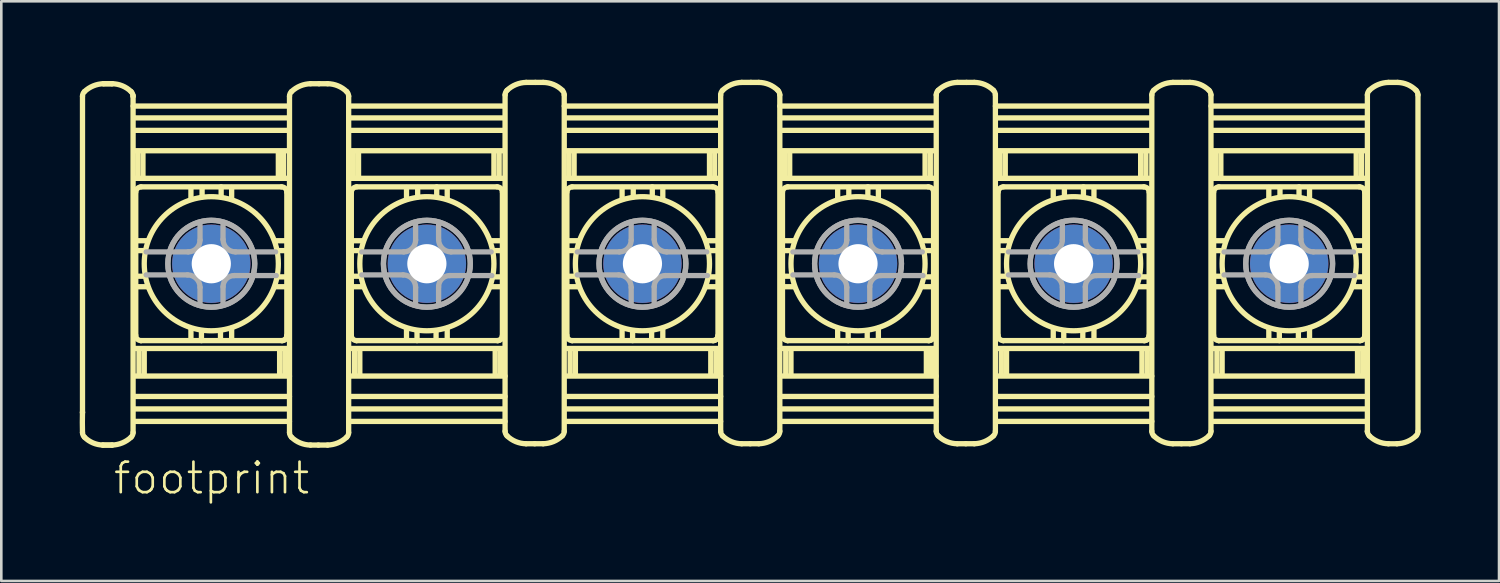
<source format=kicad_pcb>
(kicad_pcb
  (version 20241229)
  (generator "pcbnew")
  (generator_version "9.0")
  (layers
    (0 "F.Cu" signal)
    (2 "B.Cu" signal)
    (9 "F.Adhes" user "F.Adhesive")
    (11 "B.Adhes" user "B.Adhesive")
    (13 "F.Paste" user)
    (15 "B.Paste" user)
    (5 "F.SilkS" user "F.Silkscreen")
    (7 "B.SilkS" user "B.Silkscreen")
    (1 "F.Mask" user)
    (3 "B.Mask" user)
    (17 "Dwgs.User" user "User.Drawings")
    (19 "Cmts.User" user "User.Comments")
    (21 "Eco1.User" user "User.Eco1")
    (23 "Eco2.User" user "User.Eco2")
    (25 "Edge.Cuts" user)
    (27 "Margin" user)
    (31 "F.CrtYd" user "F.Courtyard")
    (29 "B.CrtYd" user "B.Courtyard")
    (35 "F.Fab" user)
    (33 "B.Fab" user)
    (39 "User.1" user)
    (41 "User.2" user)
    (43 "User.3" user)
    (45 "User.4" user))
  (footprint "footprint"
    (layer "F.Cu")
    (at 25.661 7.043)
    (property "Reference" "footprint" (at -24.435 8.89 0) (layer "F.SilkS") (effects (font (size 1.168 1.168) (thickness 0.102)) (justify left bottom)))
    (fp_line (start -25.554 -6.411) (end -25.554 5.682) (stroke (width 0.203) (type solid)) (layer "F.SilkS"))
    (fp_line (start -25.554 5.682) (end -25.554 5.707) (stroke (width 0.203) (type solid)) (layer "F.SilkS"))
    (fp_line (start -23.618 -6.411) (end -23.618 -6.436) (stroke (width 0.203) (type solid)) (layer "F.SilkS"))
    (fp_line (start -23.618 6.461) (end -23.618 -6.411) (stroke (width 0.203) (type solid)) (layer "F.SilkS"))
    (fp_line (start -23.592 3.243) (end -17.683 3.243) (stroke (width 0.203) (type solid)) (layer "F.SilkS"))
    (fp_line (start -23.592 4.299) (end -17.633 4.299) (stroke (width 0.203) (type solid)) (layer "F.SilkS"))
    (fp_line (start -23.592 5.079) (end -17.633 5.079) (stroke (width 0.203) (type solid)) (layer "F.SilkS"))
    (fp_line (start -23.592 5.556) (end -17.658 5.556) (stroke (width 0.203) (type solid)) (layer "F.SilkS"))
    (fp_line (start -23.592 6.034) (end -17.633 6.034) (stroke (width 0.203) (type solid)) (layer "F.SilkS"))
    (fp_line (start -23.567 0.88) (end -23.064 0.88) (stroke (width 0.203) (type solid)) (layer "F.SilkS"))
    (fp_line (start -23.516 -2.741) (end -23.516 2.74) (stroke (width 0.203) (type solid)) (layer "F.SilkS"))
    (fp_line (start -23.491 -0.88) (end -23.064 -0.88) (stroke (width 0.203) (type solid)) (layer "F.SilkS"))
    (fp_line (start -23.491 -0.503) (end -23.164 -0.503) (stroke (width 0.203) (type solid)) (layer "F.SilkS"))
    (fp_line (start -23.491 0.478) (end -23.164 0.478) (stroke (width 0.203) (type solid)) (layer "F.SilkS"))
    (fp_line (start -23.439 -3.319) (end -23.439 -4.299) (stroke (width 0.203) (type solid)) (layer "F.SilkS"))
    (fp_line (start -23.391 3.268) (end -23.391 4.274) (stroke (width 0.203) (type solid)) (layer "F.SilkS"))
    (fp_line (start -23.315 2.942) (end -23.315 2.942) (stroke (width 0.203) (type solid)) (layer "F.SilkS"))
    (fp_line (start -23.315 2.942) (end -17.91 2.942) (stroke (width 0.203) (type solid)) (layer "F.SilkS"))
    (fp_line (start -23.24 -3.294) (end -23.24 -4.274) (stroke (width 0.203) (type solid)) (layer "F.SilkS"))
    (fp_line (start -23.191 3.293) (end -23.191 4.274) (stroke (width 0.203) (type solid)) (layer "F.SilkS"))
    (fp_line (start -21.404 -2.464) (end -21.404 -2.917) (stroke (width 0.203) (type solid)) (layer "F.SilkS"))
    (fp_line (start -21.404 2.917) (end -21.404 2.489) (stroke (width 0.203) (type solid)) (layer "F.SilkS"))
    (fp_line (start -21.002 2.942) (end -21.002 2.564) (stroke (width 0.203) (type solid)) (layer "F.SilkS"))
    (fp_line (start -20.977 -2.564) (end -20.977 -2.917) (stroke (width 0.203) (type solid)) (layer "F.SilkS"))
    (fp_line (start -20.273 2.564) (end -20.273 2.917) (stroke (width 0.203) (type solid)) (layer "F.SilkS"))
    (fp_line (start -20.248 -2.942) (end -20.248 -2.564) (stroke (width 0.203) (type solid)) (layer "F.SilkS"))
    (fp_line (start -19.846 -2.917) (end -19.846 -2.489) (stroke (width 0.203) (type solid)) (layer "F.SilkS"))
    (fp_line (start -19.846 2.464) (end -19.846 2.917) (stroke (width 0.203) (type solid)) (layer "F.SilkS"))
    (fp_line (start -18.059 -3.319) (end -18.059 -4.274) (stroke (width 0.203) (type solid)) (layer "F.SilkS"))
    (fp_line (start -18.01 3.294) (end -18.01 4.274) (stroke (width 0.203) (type solid)) (layer "F.SilkS"))
    (fp_line (start -17.936 -2.942) (end -23.317 -2.942) (stroke (width 0.203) (type solid)) (layer "F.SilkS"))
    (fp_line (start -17.859 -3.294) (end -17.859 -4.249) (stroke (width 0.203) (type solid)) (layer "F.SilkS"))
    (fp_line (start -17.811 3.293) (end -17.811 4.274) (stroke (width 0.203) (type solid)) (layer "F.SilkS"))
    (fp_line (start -17.759 -0.88) (end -18.186 -0.88) (stroke (width 0.203) (type solid)) (layer "F.SilkS"))
    (fp_line (start -17.759 -0.503) (end -18.061 -0.503) (stroke (width 0.203) (type solid)) (layer "F.SilkS"))
    (fp_line (start -17.759 0.503) (end -18.086 0.503) (stroke (width 0.203) (type solid)) (layer "F.SilkS"))
    (fp_line (start -17.759 0.88) (end -18.186 0.88) (stroke (width 0.203) (type solid)) (layer "F.SilkS"))
    (fp_line (start -17.734 2.766) (end -17.734 -2.74) (stroke (width 0.203) (type solid)) (layer "F.SilkS"))
    (fp_line (start -17.682 -5.581) (end -23.59 -5.581) (stroke (width 0.203) (type solid)) (layer "F.SilkS"))
    (fp_line (start -17.682 -5.104) (end -23.59 -5.104) (stroke (width 0.203) (type solid)) (layer "F.SilkS"))
    (fp_line (start -17.682 -4.324) (end -23.59 -4.324) (stroke (width 0.203) (type solid)) (layer "F.SilkS"))
    (fp_line (start -17.682 -3.268) (end -23.54 -3.268) (stroke (width 0.203) (type solid)) (layer "F.SilkS"))
    (fp_line (start -17.658 -6.034) (end -23.617 -6.034) (stroke (width 0.203) (type solid)) (layer "F.SilkS"))
    (fp_line (start -17.632 -6.411) (end -17.632 6.462) (stroke (width 0.203) (type solid)) (layer "F.SilkS"))
    (fp_line (start -15.368 6.461) (end -15.368 -6.411) (stroke (width 0.203) (type solid)) (layer "F.SilkS"))
    (fp_line (start -15.342 3.243) (end -9.433 3.243) (stroke (width 0.203) (type solid)) (layer "F.SilkS"))
    (fp_line (start -15.342 4.299) (end -9.383 4.299) (stroke (width 0.203) (type solid)) (layer "F.SilkS"))
    (fp_line (start -15.342 5.079) (end -9.383 5.079) (stroke (width 0.203) (type solid)) (layer "F.SilkS"))
    (fp_line (start -15.342 5.556) (end -9.408 5.556) (stroke (width 0.203) (type solid)) (layer "F.SilkS"))
    (fp_line (start -15.342 6.034) (end -9.383 6.034) (stroke (width 0.203) (type solid)) (layer "F.SilkS"))
    (fp_line (start -15.317 0.88) (end -14.814 0.88) (stroke (width 0.203) (type solid)) (layer "F.SilkS"))
    (fp_line (start -15.266 -2.741) (end -15.266 2.74) (stroke (width 0.203) (type solid)) (layer "F.SilkS"))
    (fp_line (start -15.241 -0.88) (end -14.814 -0.88) (stroke (width 0.203) (type solid)) (layer "F.SilkS"))
    (fp_line (start -15.241 -0.503) (end -14.914 -0.503) (stroke (width 0.203) (type solid)) (layer "F.SilkS"))
    (fp_line (start -15.241 0.478) (end -14.914 0.478) (stroke (width 0.203) (type solid)) (layer "F.SilkS"))
    (fp_line (start -15.19 -3.319) (end -15.19 -4.299) (stroke (width 0.203) (type solid)) (layer "F.SilkS"))
    (fp_line (start -15.141 3.268) (end -15.141 4.274) (stroke (width 0.203) (type solid)) (layer "F.SilkS"))
    (fp_line (start -15.065 2.942) (end -15.065 2.942) (stroke (width 0.203) (type solid)) (layer "F.SilkS"))
    (fp_line (start -15.065 2.942) (end -9.66 2.942) (stroke (width 0.203) (type solid)) (layer "F.SilkS"))
    (fp_line (start -14.99 -3.294) (end -14.99 -4.274) (stroke (width 0.203) (type solid)) (layer "F.SilkS"))
    (fp_line (start -14.941 3.293) (end -14.941 4.274) (stroke (width 0.203) (type solid)) (layer "F.SilkS"))
    (fp_line (start -13.154 -2.464) (end -13.154 -2.917) (stroke (width 0.203) (type solid)) (layer "F.SilkS"))
    (fp_line (start -13.154 2.917) (end -13.154 2.489) (stroke (width 0.203) (type solid)) (layer "F.SilkS"))
    (fp_line (start -12.752 2.942) (end -12.752 2.564) (stroke (width 0.203) (type solid)) (layer "F.SilkS"))
    (fp_line (start -12.727 -2.564) (end -12.727 -2.917) (stroke (width 0.203) (type solid)) (layer "F.SilkS"))
    (fp_line (start -12.023 2.564) (end -12.023 2.917) (stroke (width 0.203) (type solid)) (layer "F.SilkS"))
    (fp_line (start -11.998 -2.942) (end -11.998 -2.564) (stroke (width 0.203) (type solid)) (layer "F.SilkS"))
    (fp_line (start -11.596 -2.917) (end -11.596 -2.489) (stroke (width 0.203) (type solid)) (layer "F.SilkS"))
    (fp_line (start -11.596 2.464) (end -11.596 2.917) (stroke (width 0.203) (type solid)) (layer "F.SilkS"))
    (fp_line (start -9.809 -3.319) (end -9.809 -4.274) (stroke (width 0.203) (type solid)) (layer "F.SilkS"))
    (fp_line (start -9.76 3.294) (end -9.76 4.274) (stroke (width 0.203) (type solid)) (layer "F.SilkS"))
    (fp_line (start -9.686 -2.942) (end -15.067 -2.942) (stroke (width 0.203) (type solid)) (layer "F.SilkS"))
    (fp_line (start -9.609 -3.294) (end -9.609 -4.249) (stroke (width 0.203) (type solid)) (layer "F.SilkS"))
    (fp_line (start -9.56 3.293) (end -9.56 4.274) (stroke (width 0.203) (type solid)) (layer "F.SilkS"))
    (fp_line (start -9.509 -0.88) (end -9.936 -0.88) (stroke (width 0.203) (type solid)) (layer "F.SilkS"))
    (fp_line (start -9.509 -0.503) (end -9.81 -0.503) (stroke (width 0.203) (type solid)) (layer "F.SilkS"))
    (fp_line (start -9.509 0.503) (end -9.836 0.503) (stroke (width 0.203) (type solid)) (layer "F.SilkS"))
    (fp_line (start -9.509 0.88) (end -9.936 0.88) (stroke (width 0.203) (type solid)) (layer "F.SilkS"))
    (fp_line (start -9.484 2.766) (end -9.484 -2.74) (stroke (width 0.203) (type solid)) (layer "F.SilkS"))
    (fp_line (start -9.432 -5.581) (end -15.34 -5.581) (stroke (width 0.203) (type solid)) (layer "F.SilkS"))
    (fp_line (start -9.432 -5.104) (end -15.34 -5.104) (stroke (width 0.203) (type solid)) (layer "F.SilkS"))
    (fp_line (start -9.432 -4.324) (end -15.34 -4.324) (stroke (width 0.203) (type solid)) (layer "F.SilkS"))
    (fp_line (start -9.432 -3.268) (end -15.29 -3.268) (stroke (width 0.203) (type solid)) (layer "F.SilkS"))
    (fp_line (start -9.408 -6.034) (end -15.367 -6.034) (stroke (width 0.203) (type solid)) (layer "F.SilkS"))
    (fp_line (start -9.382 -6.461) (end -9.382 6.411) (stroke (width 0.203) (type solid)) (layer "F.SilkS"))
    (fp_line (start -7.118 6.411) (end -7.118 -6.462) (stroke (width 0.203) (type solid)) (layer "F.SilkS"))
    (fp_line (start -7.092 3.243) (end -1.183 3.243) (stroke (width 0.203) (type solid)) (layer "F.SilkS"))
    (fp_line (start -7.092 4.299) (end -1.133 4.299) (stroke (width 0.203) (type solid)) (layer "F.SilkS"))
    (fp_line (start -7.092 5.079) (end -1.133 5.079) (stroke (width 0.203) (type solid)) (layer "F.SilkS"))
    (fp_line (start -7.092 5.556) (end -1.158 5.556) (stroke (width 0.203) (type solid)) (layer "F.SilkS"))
    (fp_line (start -7.092 6.034) (end -1.133 6.034) (stroke (width 0.203) (type solid)) (layer "F.SilkS"))
    (fp_line (start -7.067 0.88) (end -6.564 0.88) (stroke (width 0.203) (type solid)) (layer "F.SilkS"))
    (fp_line (start -7.016 -2.741) (end -7.016 2.74) (stroke (width 0.203) (type solid)) (layer "F.SilkS"))
    (fp_line (start -6.991 -0.88) (end -6.564 -0.88) (stroke (width 0.203) (type solid)) (layer "F.SilkS"))
    (fp_line (start -6.991 -0.503) (end -6.664 -0.503) (stroke (width 0.203) (type solid)) (layer "F.SilkS"))
    (fp_line (start -6.991 0.478) (end -6.664 0.478) (stroke (width 0.203) (type solid)) (layer "F.SilkS"))
    (fp_line (start -6.939 -3.319) (end -6.939 -4.299) (stroke (width 0.203) (type solid)) (layer "F.SilkS"))
    (fp_line (start -6.891 3.268) (end -6.891 4.274) (stroke (width 0.203) (type solid)) (layer "F.SilkS"))
    (fp_line (start -6.815 2.942) (end -6.815 2.942) (stroke (width 0.203) (type solid)) (layer "F.SilkS"))
    (fp_line (start -6.815 2.942) (end -1.41 2.942) (stroke (width 0.203) (type solid)) (layer "F.SilkS"))
    (fp_line (start -6.74 -3.294) (end -6.74 -4.274) (stroke (width 0.203) (type solid)) (layer "F.SilkS"))
    (fp_line (start -6.691 3.293) (end -6.691 4.274) (stroke (width 0.203) (type solid)) (layer "F.SilkS"))
    (fp_line (start -4.904 -2.464) (end -4.904 -2.917) (stroke (width 0.203) (type solid)) (layer "F.SilkS"))
    (fp_line (start -4.904 2.917) (end -4.904 2.489) (stroke (width 0.203) (type solid)) (layer "F.SilkS"))
    (fp_line (start -4.502 2.942) (end -4.502 2.564) (stroke (width 0.203) (type solid)) (layer "F.SilkS"))
    (fp_line (start -4.477 -2.564) (end -4.477 -2.917) (stroke (width 0.203) (type solid)) (layer "F.SilkS"))
    (fp_line (start -3.773 2.564) (end -3.773 2.917) (stroke (width 0.203) (type solid)) (layer "F.SilkS"))
    (fp_line (start -3.748 -2.942) (end -3.748 -2.564) (stroke (width 0.203) (type solid)) (layer "F.SilkS"))
    (fp_line (start -3.346 -2.917) (end -3.346 -2.489) (stroke (width 0.203) (type solid)) (layer "F.SilkS"))
    (fp_line (start -3.346 2.464) (end -3.346 2.917) (stroke (width 0.203) (type solid)) (layer "F.SilkS"))
    (fp_line (start -1.559 -3.319) (end -1.559 -4.274) (stroke (width 0.203) (type solid)) (layer "F.SilkS"))
    (fp_line (start -1.51 3.294) (end -1.51 4.274) (stroke (width 0.203) (type solid)) (layer "F.SilkS"))
    (fp_line (start -1.436 -2.942) (end -6.817 -2.942) (stroke (width 0.203) (type solid)) (layer "F.SilkS"))
    (fp_line (start -1.359 -3.294) (end -1.359 -4.249) (stroke (width 0.203) (type solid)) (layer "F.SilkS"))
    (fp_line (start -1.31 3.293) (end -1.31 4.274) (stroke (width 0.203) (type solid)) (layer "F.SilkS"))
    (fp_line (start -1.259 -0.88) (end -1.686 -0.88) (stroke (width 0.203) (type solid)) (layer "F.SilkS"))
    (fp_line (start -1.259 -0.503) (end -1.56 -0.503) (stroke (width 0.203) (type solid)) (layer "F.SilkS"))
    (fp_line (start -1.259 0.503) (end -1.586 0.503) (stroke (width 0.203) (type solid)) (layer "F.SilkS"))
    (fp_line (start -1.259 0.88) (end -1.686 0.88) (stroke (width 0.203) (type solid)) (layer "F.SilkS"))
    (fp_line (start -1.234 2.766) (end -1.234 -2.74) (stroke (width 0.203) (type solid)) (layer "F.SilkS"))
    (fp_line (start -1.182 -5.581) (end -7.09 -5.581) (stroke (width 0.203) (type solid)) (layer "F.SilkS"))
    (fp_line (start -1.182 -5.104) (end -7.09 -5.104) (stroke (width 0.203) (type solid)) (layer "F.SilkS"))
    (fp_line (start -1.182 -4.324) (end -7.09 -4.324) (stroke (width 0.203) (type solid)) (layer "F.SilkS"))
    (fp_line (start -1.182 -3.268) (end -7.04 -3.268) (stroke (width 0.203) (type solid)) (layer "F.SilkS"))
    (fp_line (start -1.158 -6.034) (end -7.117 -6.034) (stroke (width 0.203) (type solid)) (layer "F.SilkS"))
    (fp_line (start -1.132 -6.461) (end -1.132 6.411) (stroke (width 0.203) (type solid)) (layer "F.SilkS"))
    (fp_line (start 1.132 6.411) (end 1.132 -6.462) (stroke (width 0.203) (type solid)) (layer "F.SilkS"))
    (fp_line (start 1.158 3.243) (end 7.067 3.243) (stroke (width 0.203) (type solid)) (layer "F.SilkS"))
    (fp_line (start 1.158 4.299) (end 7.117 4.299) (stroke (width 0.203) (type solid)) (layer "F.SilkS"))
    (fp_line (start 1.158 5.079) (end 7.117 5.079) (stroke (width 0.203) (type solid)) (layer "F.SilkS"))
    (fp_line (start 1.158 5.556) (end 7.092 5.556) (stroke (width 0.203) (type solid)) (layer "F.SilkS"))
    (fp_line (start 1.158 6.034) (end 7.117 6.034) (stroke (width 0.203) (type solid)) (layer "F.SilkS"))
    (fp_line (start 1.183 0.88) (end 1.686 0.88) (stroke (width 0.203) (type solid)) (layer "F.SilkS"))
    (fp_line (start 1.234 -2.741) (end 1.234 2.74) (stroke (width 0.203) (type solid)) (layer "F.SilkS"))
    (fp_line (start 1.259 -0.88) (end 1.686 -0.88) (stroke (width 0.203) (type solid)) (layer "F.SilkS"))
    (fp_line (start 1.259 -0.503) (end 1.586 -0.503) (stroke (width 0.203) (type solid)) (layer "F.SilkS"))
    (fp_line (start 1.259 0.478) (end 1.586 0.478) (stroke (width 0.203) (type solid)) (layer "F.SilkS"))
    (fp_line (start 1.31 -3.319) (end 1.31 -4.299) (stroke (width 0.203) (type solid)) (layer "F.SilkS"))
    (fp_line (start 1.359 3.268) (end 1.359 4.274) (stroke (width 0.203) (type solid)) (layer "F.SilkS"))
    (fp_line (start 1.435 2.942) (end 1.435 2.942) (stroke (width 0.203) (type solid)) (layer "F.SilkS"))
    (fp_line (start 1.435 2.942) (end 6.84 2.942) (stroke (width 0.203) (type solid)) (layer "F.SilkS"))
    (fp_line (start 1.51 -3.294) (end 1.51 -4.274) (stroke (width 0.203) (type solid)) (layer "F.SilkS"))
    (fp_line (start 1.559 3.293) (end 1.559 4.274) (stroke (width 0.203) (type solid)) (layer "F.SilkS"))
    (fp_line (start 3.346 -2.464) (end 3.346 -2.917) (stroke (width 0.203) (type solid)) (layer "F.SilkS"))
    (fp_line (start 3.346 2.917) (end 3.346 2.489) (stroke (width 0.203) (type solid)) (layer "F.SilkS"))
    (fp_line (start 3.748 2.942) (end 3.748 2.564) (stroke (width 0.203) (type solid)) (layer "F.SilkS"))
    (fp_line (start 3.773 -2.564) (end 3.773 -2.917) (stroke (width 0.203) (type solid)) (layer "F.SilkS"))
    (fp_line (start 4.477 2.564) (end 4.477 2.917) (stroke (width 0.203) (type solid)) (layer "F.SilkS"))
    (fp_line (start 4.502 -2.942) (end 4.502 -2.564) (stroke (width 0.203) (type solid)) (layer "F.SilkS"))
    (fp_line (start 4.904 -2.917) (end 4.904 -2.489) (stroke (width 0.203) (type solid)) (layer "F.SilkS"))
    (fp_line (start 4.904 2.464) (end 4.904 2.917) (stroke (width 0.203) (type solid)) (layer "F.SilkS"))
    (fp_line (start 6.691 -3.319) (end 6.691 -4.274) (stroke (width 0.203) (type solid)) (layer "F.SilkS"))
    (fp_line (start 6.74 3.294) (end 6.74 4.274) (stroke (width 0.203) (type solid)) (layer "F.SilkS"))
    (fp_line (start 6.814 -2.942) (end 1.433 -2.942) (stroke (width 0.203) (type solid)) (layer "F.SilkS"))
    (fp_line (start 6.891 -3.294) (end 6.891 -4.249) (stroke (width 0.203) (type solid)) (layer "F.SilkS"))
    (fp_line (start 6.939 3.293) (end 6.939 4.274) (stroke (width 0.203) (type solid)) (layer "F.SilkS"))
    (fp_line (start 6.991 -0.88) (end 6.564 -0.88) (stroke (width 0.203) (type solid)) (layer "F.SilkS"))
    (fp_line (start 6.991 -0.503) (end 6.689 -0.503) (stroke (width 0.203) (type solid)) (layer "F.SilkS"))
    (fp_line (start 6.991 0.503) (end 6.664 0.503) (stroke (width 0.203) (type solid)) (layer "F.SilkS"))
    (fp_line (start 6.991 0.88) (end 6.564 0.88) (stroke (width 0.203) (type solid)) (layer "F.SilkS"))
    (fp_line (start 7.016 2.766) (end 7.016 -2.74) (stroke (width 0.203) (type solid)) (layer "F.SilkS"))
    (fp_line (start 7.068 -5.581) (end 1.16 -5.581) (stroke (width 0.203) (type solid)) (layer "F.SilkS"))
    (fp_line (start 7.068 -5.104) (end 1.16 -5.104) (stroke (width 0.203) (type solid)) (layer "F.SilkS"))
    (fp_line (start 7.068 -4.324) (end 1.16 -4.324) (stroke (width 0.203) (type solid)) (layer "F.SilkS"))
    (fp_line (start 7.068 -3.268) (end 1.21 -3.268) (stroke (width 0.203) (type solid)) (layer "F.SilkS"))
    (fp_line (start 7.092 -6.034) (end 1.133 -6.034) (stroke (width 0.203) (type solid)) (layer "F.SilkS"))
    (fp_line (start 7.118 -6.461) (end 7.118 6.411) (stroke (width 0.203) (type solid)) (layer "F.SilkS"))
    (fp_line (start 9.382 6.411) (end 9.382 -6.462) (stroke (width 0.203) (type solid)) (layer "F.SilkS"))
    (fp_line (start 9.408 3.243) (end 15.317 3.243) (stroke (width 0.203) (type solid)) (layer "F.SilkS"))
    (fp_line (start 9.408 4.299) (end 15.367 4.299) (stroke (width 0.203) (type solid)) (layer "F.SilkS"))
    (fp_line (start 9.408 5.079) (end 15.367 5.079) (stroke (width 0.203) (type solid)) (layer "F.SilkS"))
    (fp_line (start 9.408 5.556) (end 15.342 5.556) (stroke (width 0.203) (type solid)) (layer "F.SilkS"))
    (fp_line (start 9.408 6.034) (end 15.367 6.034) (stroke (width 0.203) (type solid)) (layer "F.SilkS"))
    (fp_line (start 9.433 0.88) (end 9.936 0.88) (stroke (width 0.203) (type solid)) (layer "F.SilkS"))
    (fp_line (start 9.484 -2.741) (end 9.484 2.74) (stroke (width 0.203) (type solid)) (layer "F.SilkS"))
    (fp_line (start 9.509 -0.88) (end 9.936 -0.88) (stroke (width 0.203) (type solid)) (layer "F.SilkS"))
    (fp_line (start 9.509 -0.503) (end 9.836 -0.503) (stroke (width 0.203) (type solid)) (layer "F.SilkS"))
    (fp_line (start 9.509 0.478) (end 9.836 0.478) (stroke (width 0.203) (type solid)) (layer "F.SilkS"))
    (fp_line (start 9.56 -3.319) (end 9.56 -4.299) (stroke (width 0.203) (type solid)) (layer "F.SilkS"))
    (fp_line (start 9.609 3.268) (end 9.609 4.274) (stroke (width 0.203) (type solid)) (layer "F.SilkS"))
    (fp_line (start 9.685 2.942) (end 9.685 2.942) (stroke (width 0.203) (type solid)) (layer "F.SilkS"))
    (fp_line (start 9.685 2.942) (end 15.09 2.942) (stroke (width 0.203) (type solid)) (layer "F.SilkS"))
    (fp_line (start 9.76 -3.294) (end 9.76 -4.274) (stroke (width 0.203) (type solid)) (layer "F.SilkS"))
    (fp_line (start 9.809 3.293) (end 9.809 4.274) (stroke (width 0.203) (type solid)) (layer "F.SilkS"))
    (fp_line (start 11.596 -2.464) (end 11.596 -2.917) (stroke (width 0.203) (type solid)) (layer "F.SilkS"))
    (fp_line (start 11.596 2.917) (end 11.596 2.489) (stroke (width 0.203) (type solid)) (layer "F.SilkS"))
    (fp_line (start 11.998 2.942) (end 11.998 2.564) (stroke (width 0.203) (type solid)) (layer "F.SilkS"))
    (fp_line (start 12.023 -2.564) (end 12.023 -2.917) (stroke (width 0.203) (type solid)) (layer "F.SilkS"))
    (fp_line (start 12.727 2.564) (end 12.727 2.917) (stroke (width 0.203) (type solid)) (layer "F.SilkS"))
    (fp_line (start 12.752 -2.942) (end 12.752 -2.564) (stroke (width 0.203) (type solid)) (layer "F.SilkS"))
    (fp_line (start 13.154 -2.917) (end 13.154 -2.489) (stroke (width 0.203) (type solid)) (layer "F.SilkS"))
    (fp_line (start 13.154 2.464) (end 13.154 2.917) (stroke (width 0.203) (type solid)) (layer "F.SilkS"))
    (fp_line (start 14.941 -3.319) (end 14.941 -4.274) (stroke (width 0.203) (type solid)) (layer "F.SilkS"))
    (fp_line (start 14.99 3.294) (end 14.99 4.274) (stroke (width 0.203) (type solid)) (layer "F.SilkS"))
    (fp_line (start 15.064 -2.942) (end 9.683 -2.942) (stroke (width 0.203) (type solid)) (layer "F.SilkS"))
    (fp_line (start 15.141 -3.294) (end 15.141 -4.249) (stroke (width 0.203) (type solid)) (layer "F.SilkS"))
    (fp_line (start 15.19 3.293) (end 15.19 4.274) (stroke (width 0.203) (type solid)) (layer "F.SilkS"))
    (fp_line (start 15.241 -0.88) (end 14.814 -0.88) (stroke (width 0.203) (type solid)) (layer "F.SilkS"))
    (fp_line (start 15.241 -0.503) (end 14.94 -0.503) (stroke (width 0.203) (type solid)) (layer "F.SilkS"))
    (fp_line (start 15.241 0.503) (end 14.914 0.503) (stroke (width 0.203) (type solid)) (layer "F.SilkS"))
    (fp_line (start 15.241 0.88) (end 14.814 0.88) (stroke (width 0.203) (type solid)) (layer "F.SilkS"))
    (fp_line (start 15.266 2.766) (end 15.266 -2.74) (stroke (width 0.203) (type solid)) (layer "F.SilkS"))
    (fp_line (start 15.318 -5.581) (end 9.41 -5.581) (stroke (width 0.203) (type solid)) (layer "F.SilkS"))
    (fp_line (start 15.318 -5.104) (end 9.41 -5.104) (stroke (width 0.203) (type solid)) (layer "F.SilkS"))
    (fp_line (start 15.318 -4.324) (end 9.41 -4.324) (stroke (width 0.203) (type solid)) (layer "F.SilkS"))
    (fp_line (start 15.318 -3.268) (end 9.46 -3.268) (stroke (width 0.203) (type solid)) (layer "F.SilkS"))
    (fp_line (start 15.342 -6.034) (end 9.383 -6.034) (stroke (width 0.203) (type solid)) (layer "F.SilkS"))
    (fp_line (start 15.368 -6.461) (end 15.368 6.411) (stroke (width 0.203) (type solid)) (layer "F.SilkS"))
    (fp_line (start 17.632 6.411) (end 17.632 -6.462) (stroke (width 0.203) (type solid)) (layer "F.SilkS"))
    (fp_line (start 17.658 3.243) (end 23.567 3.243) (stroke (width 0.203) (type solid)) (layer "F.SilkS"))
    (fp_line (start 17.658 4.299) (end 23.617 4.299) (stroke (width 0.203) (type solid)) (layer "F.SilkS"))
    (fp_line (start 17.658 5.079) (end 23.617 5.079) (stroke (width 0.203) (type solid)) (layer "F.SilkS"))
    (fp_line (start 17.658 5.556) (end 23.592 5.556) (stroke (width 0.203) (type solid)) (layer "F.SilkS"))
    (fp_line (start 17.658 6.034) (end 23.617 6.034) (stroke (width 0.203) (type solid)) (layer "F.SilkS"))
    (fp_line (start 17.683 0.88) (end 18.186 0.88) (stroke (width 0.203) (type solid)) (layer "F.SilkS"))
    (fp_line (start 17.734 -2.741) (end 17.734 2.74) (stroke (width 0.203) (type solid)) (layer "F.SilkS"))
    (fp_line (start 17.759 -0.88) (end 18.186 -0.88) (stroke (width 0.203) (type solid)) (layer "F.SilkS"))
    (fp_line (start 17.759 -0.503) (end 18.086 -0.503) (stroke (width 0.203) (type solid)) (layer "F.SilkS"))
    (fp_line (start 17.759 0.478) (end 18.086 0.478) (stroke (width 0.203) (type solid)) (layer "F.SilkS"))
    (fp_line (start 17.811 -3.319) (end 17.811 -4.299) (stroke (width 0.203) (type solid)) (layer "F.SilkS"))
    (fp_line (start 17.859 3.268) (end 17.859 4.274) (stroke (width 0.203) (type solid)) (layer "F.SilkS"))
    (fp_line (start 17.935 2.942) (end 17.935 2.942) (stroke (width 0.203) (type solid)) (layer "F.SilkS"))
    (fp_line (start 17.935 2.942) (end 23.34 2.942) (stroke (width 0.203) (type solid)) (layer "F.SilkS"))
    (fp_line (start 18.01 -3.294) (end 18.01 -4.274) (stroke (width 0.203) (type solid)) (layer "F.SilkS"))
    (fp_line (start 18.059 3.293) (end 18.059 4.274) (stroke (width 0.203) (type solid)) (layer "F.SilkS"))
    (fp_line (start 19.846 -2.464) (end 19.846 -2.917) (stroke (width 0.203) (type solid)) (layer "F.SilkS"))
    (fp_line (start 19.846 2.917) (end 19.846 2.489) (stroke (width 0.203) (type solid)) (layer "F.SilkS"))
    (fp_line (start 20.248 2.942) (end 20.248 2.564) (stroke (width 0.203) (type solid)) (layer "F.SilkS"))
    (fp_line (start 20.273 -2.564) (end 20.273 -2.917) (stroke (width 0.203) (type solid)) (layer "F.SilkS"))
    (fp_line (start 20.977 2.564) (end 20.977 2.917) (stroke (width 0.203) (type solid)) (layer "F.SilkS"))
    (fp_line (start 21.002 -2.942) (end 21.002 -2.564) (stroke (width 0.203) (type solid)) (layer "F.SilkS"))
    (fp_line (start 21.404 -2.917) (end 21.404 -2.489) (stroke (width 0.203) (type solid)) (layer "F.SilkS"))
    (fp_line (start 21.404 2.464) (end 21.404 2.917) (stroke (width 0.203) (type solid)) (layer "F.SilkS"))
    (fp_line (start 23.191 -3.319) (end 23.191 -4.274) (stroke (width 0.203) (type solid)) (layer "F.SilkS"))
    (fp_line (start 23.24 3.294) (end 23.24 4.274) (stroke (width 0.203) (type solid)) (layer "F.SilkS"))
    (fp_line (start 23.314 -2.942) (end 17.933 -2.942) (stroke (width 0.203) (type solid)) (layer "F.SilkS"))
    (fp_line (start 23.391 -3.294) (end 23.391 -4.249) (stroke (width 0.203) (type solid)) (layer "F.SilkS"))
    (fp_line (start 23.439 3.293) (end 23.439 4.274) (stroke (width 0.203) (type solid)) (layer "F.SilkS"))
    (fp_line (start 23.491 -0.88) (end 23.064 -0.88) (stroke (width 0.203) (type solid)) (layer "F.SilkS"))
    (fp_line (start 23.491 -0.503) (end 23.189 -0.503) (stroke (width 0.203) (type solid)) (layer "F.SilkS"))
    (fp_line (start 23.491 0.503) (end 23.164 0.503) (stroke (width 0.203) (type solid)) (layer "F.SilkS"))
    (fp_line (start 23.491 0.88) (end 23.064 0.88) (stroke (width 0.203) (type solid)) (layer "F.SilkS"))
    (fp_line (start 23.516 2.766) (end 23.516 -2.74) (stroke (width 0.203) (type solid)) (layer "F.SilkS"))
    (fp_line (start 23.568 -5.581) (end 17.66 -5.581) (stroke (width 0.203) (type solid)) (layer "F.SilkS"))
    (fp_line (start 23.568 -5.104) (end 17.66 -5.104) (stroke (width 0.203) (type solid)) (layer "F.SilkS"))
    (fp_line (start 23.568 -4.324) (end 17.66 -4.324) (stroke (width 0.203) (type solid)) (layer "F.SilkS"))
    (fp_line (start 23.568 -3.268) (end 17.71 -3.268) (stroke (width 0.203) (type solid)) (layer "F.SilkS"))
    (fp_line (start 23.592 -6.034) (end 17.633 -6.034) (stroke (width 0.203) (type solid)) (layer "F.SilkS"))
    (fp_line (start 23.618 -6.461) (end 23.618 6.411) (stroke (width 0.203) (type solid)) (layer "F.SilkS"))
    (fp_line (start 23.618 6.411) (end 23.618 6.436) (stroke (width 0.203) (type solid)) (layer "F.SilkS"))
    (fp_line (start 25.554 6.411) (end 25.554 -6.461) (stroke (width 0.203) (type solid)) (layer "F.SilkS"))
    (fp_arc (start -25.5543 -6.4114) (mid -25.53464 -6.507115) (end -25.478799 -6.5873) (stroke (width 0.2032) (type solid)) (layer "F.SilkS"))
    (fp_arc (start -25.5543 6.4614) (mid -25.559282 6.0717) (end -25.5543 5.682) (stroke (width 0.2032) (type solid)) (layer "F.SilkS"))
    (fp_arc (start -25.4788 -6.5873) (mid -25.142278 -6.805911) (end -24.7497 -6.8891) (stroke (width 0.2032) (type solid)) (layer "F.SilkS"))
    (fp_arc (start -25.4788 6.6373) (mid -25.533454 6.556605) (end -25.5543 6.461399) (stroke (width 0.2032) (type solid)) (layer "F.SilkS"))
    (fp_arc (start -24.7749 6.9391) (mid -25.155904 6.855963) (end -25.4788 6.6373) (stroke (width 0.2032) (type solid)) (layer "F.SilkS"))
    (fp_arc (start -24.7497 -6.8891) (mid -24.58625 -6.891161) (end -24.4228 -6.8891) (stroke (width 0.2032) (type solid)) (layer "F.SilkS"))
    (fp_arc (start -24.7497 -6.8891) (mid -24.58625 -6.891161) (end -24.4228 -6.8891) (stroke (width 0.2032) (type solid)) (layer "F.SilkS"))
    (fp_arc (start -24.4229 6.9391) (mid -24.5989 6.94132) (end -24.7749 6.9391) (stroke (width 0.2032) (type solid)) (layer "F.SilkS"))
    (fp_arc (start -24.4229 6.9391) (mid -24.5989 6.94132) (end -24.7749 6.9391) (stroke (width 0.2032) (type solid)) (layer "F.SilkS"))
    (fp_arc (start -24.4228 -6.8891) (mid -24.029249 -6.808371) (end -23.693799 -6.5873) (stroke (width 0.2032) (type solid)) (layer "F.SilkS"))
    (fp_arc (start -23.6938 -6.5873) (mid -23.639146 -6.506605) (end -23.6183 -6.4114) (stroke (width 0.2032) (type solid)) (layer "F.SilkS"))
    (fp_arc (start -23.6938 6.6373) (mid -24.030328 6.855897) (end -24.4229 6.9391) (stroke (width 0.2032) (type solid)) (layer "F.SilkS"))
    (fp_arc (start -23.6183 6.4614) (mid -23.63796 6.557114) (end -23.6938 6.637299) (stroke (width 0.2032) (type solid)) (layer "F.SilkS"))
    (fp_arc (start -23.516301 -2.7406) (mid -23.454504 -2.87897) (end -23.3166 -2.9418) (stroke (width 0.2032) (type solid)) (layer "F.SilkS"))
    (fp_arc (start -23.3151 2.9416) (mid -23.45737 2.88267) (end -23.5163 2.7404) (stroke (width 0.2032) (type solid)) (layer "F.SilkS"))
    (fp_arc (start -17.9349 -2.9417) (mid -17.79263 -2.88277) (end -17.7337 -2.7405) (stroke (width 0.2032) (type solid)) (layer "F.SilkS"))
    (fp_arc (start -17.7337 2.7657) (mid -17.78522 2.89008) (end -17.9096 2.9416) (stroke (width 0.2032) (type solid)) (layer "F.SilkS"))
    (fp_arc (start -17.7322 2.7406) (mid -17.79113 2.88287) (end -17.9334 2.9418) (stroke (width 0.2032) (type solid)) (layer "F.SilkS"))
    (fp_arc (start -17.6317 -6.4111) (mid -17.61204 -6.506815) (end -17.556199 -6.587) (stroke (width 0.2032) (type solid)) (layer "F.SilkS"))
    (fp_arc (start -17.5562 -6.587) (mid -17.219672 -6.805598) (end -16.8271 -6.888801) (stroke (width 0.2032) (type solid)) (layer "F.SilkS"))
    (fp_arc (start -17.5562 6.6376) (mid -17.610854 6.556905) (end -17.6317 6.461699) (stroke (width 0.2032) (type solid)) (layer "F.SilkS"))
    (fp_arc (start -16.8272 6.9394) (mid -17.220751 6.858671) (end -17.556201 6.6376) (stroke (width 0.2032) (type solid)) (layer "F.SilkS"))
    (fp_arc (start -16.8271 -6.8888) (mid -16.664401 -6.890883) (end -16.5017 -6.8889) (stroke (width 0.2032) (type solid)) (layer "F.SilkS"))
    (fp_arc (start -16.5269 6.9392) (mid -16.677049 6.941177) (end -16.8272 6.9394) (stroke (width 0.2032) (type solid)) (layer "F.SilkS"))
    (fp_arc (start -16.5017 -6.8889) (mid -16.337251 -6.891055) (end -16.1728 -6.8891) (stroke (width 0.2032) (type solid)) (layer "F.SilkS"))
    (fp_arc (start -16.1729 6.9391) (mid -16.349899 6.941362) (end -16.5269 6.9392) (stroke (width 0.2032) (type solid)) (layer "F.SilkS"))
    (fp_arc (start -16.1728 -6.8891) (mid -15.779249 -6.808371) (end -15.443799 -6.5873) (stroke (width 0.2032) (type solid)) (layer "F.SilkS"))
    (fp_arc (start -15.4438 -6.5873) (mid -15.389146 -6.506605) (end -15.3683 -6.4114) (stroke (width 0.2032) (type solid)) (layer "F.SilkS"))
    (fp_arc (start -15.4438 6.6373) (mid -15.780328 6.855897) (end -16.1729 6.9391) (stroke (width 0.2032) (type solid)) (layer "F.SilkS"))
    (fp_arc (start -15.3683 6.4614) (mid -15.38796 6.557114) (end -15.4438 6.637299) (stroke (width 0.2032) (type solid)) (layer "F.SilkS"))
    (fp_arc (start -15.266301 -2.7406) (mid -15.204504 -2.87897) (end -15.0666 -2.9418) (stroke (width 0.2032) (type solid)) (layer "F.SilkS"))
    (fp_arc (start -15.0651 2.9416) (mid -15.20737 2.88267) (end -15.2663 2.7404) (stroke (width 0.2032) (type solid)) (layer "F.SilkS"))
    (fp_arc (start -9.6849 -2.9417) (mid -9.54263 -2.88277) (end -9.4837 -2.7405) (stroke (width 0.2032) (type solid)) (layer "F.SilkS"))
    (fp_arc (start -9.4837 2.7657) (mid -9.53522 2.89008) (end -9.6596 2.9416) (stroke (width 0.2032) (type solid)) (layer "F.SilkS"))
    (fp_arc (start -9.4822 2.7406) (mid -9.54113 2.88287) (end -9.6834 2.9418) (stroke (width 0.2032) (type solid)) (layer "F.SilkS"))
    (fp_arc (start -9.3817 -6.4614) (mid -9.36204 -6.557115) (end -9.306199 -6.6373) (stroke (width 0.2032) (type solid)) (layer "F.SilkS"))
    (fp_arc (start -9.3062 -6.6373) (mid -8.969672 -6.855898) (end -8.5771 -6.939101) (stroke (width 0.2032) (type solid)) (layer "F.SilkS"))
    (fp_arc (start -9.3062 6.5873) (mid -9.360854 6.506605) (end -9.3817 6.411399) (stroke (width 0.2032) (type solid)) (layer "F.SilkS"))
    (fp_arc (start -8.5772 6.8891) (mid -8.970751 6.808371) (end -9.306201 6.5873) (stroke (width 0.2032) (type solid)) (layer "F.SilkS"))
    (fp_arc (start -8.5771 -6.9391) (mid -8.400101 -6.941362) (end -8.2231 -6.9392) (stroke (width 0.2032) (type solid)) (layer "F.SilkS"))
    (fp_arc (start -8.2483 6.8889) (mid -8.412749 6.891055) (end -8.5772 6.8891) (stroke (width 0.2032) (type solid)) (layer "F.SilkS"))
    (fp_arc (start -8.2231 -6.9392) (mid -8.072951 -6.941177) (end -7.9228 -6.9394) (stroke (width 0.2032) (type solid)) (layer "F.SilkS"))
    (fp_arc (start -7.9229 6.8888) (mid -8.085599 6.890883) (end -8.2483 6.8889) (stroke (width 0.2032) (type solid)) (layer "F.SilkS"))
    (fp_arc (start -7.9228 -6.9394) (mid -7.529249 -6.858671) (end -7.193799 -6.6376) (stroke (width 0.2032) (type solid)) (layer "F.SilkS"))
    (fp_arc (start -7.1938 -6.6376) (mid -7.139146 -6.556905) (end -7.1183 -6.4617) (stroke (width 0.2032) (type solid)) (layer "F.SilkS"))
    (fp_arc (start -7.1938 6.587) (mid -7.530328 6.805597) (end -7.9229 6.8888) (stroke (width 0.2032) (type solid)) (layer "F.SilkS"))
    (fp_arc (start -7.1183 6.4111) (mid -7.13796 6.506814) (end -7.1938 6.586999) (stroke (width 0.2032) (type solid)) (layer "F.SilkS"))
    (fp_arc (start -7.016301 -2.7406) (mid -6.954504 -2.87897) (end -6.8166 -2.9418) (stroke (width 0.2032) (type solid)) (layer "F.SilkS"))
    (fp_arc (start -6.8151 2.9416) (mid -6.95737 2.88267) (end -7.0163 2.7404) (stroke (width 0.2032) (type solid)) (layer "F.SilkS"))
    (fp_arc (start -1.4349 -2.9417) (mid -1.29263 -2.88277) (end -1.2337 -2.7405) (stroke (width 0.2032) (type solid)) (layer "F.SilkS"))
    (fp_arc (start -1.2337 2.7657) (mid -1.28522 2.89008) (end -1.4096 2.9416) (stroke (width 0.2032) (type solid)) (layer "F.SilkS"))
    (fp_arc (start -1.2322 2.7406) (mid -1.29113 2.88287) (end -1.4334 2.9418) (stroke (width 0.2032) (type solid)) (layer "F.SilkS"))
    (fp_arc (start -1.1317 -6.4614) (mid -1.11204 -6.557115) (end -1.056199 -6.6373) (stroke (width 0.2032) (type solid)) (layer "F.SilkS"))
    (fp_arc (start -1.0562 -6.6373) (mid -0.719672 -6.855898) (end -0.3271 -6.939101) (stroke (width 0.2032) (type solid)) (layer "F.SilkS"))
    (fp_arc (start -1.0562 6.5873) (mid -1.110854 6.506605) (end -1.1317 6.411399) (stroke (width 0.2032) (type solid)) (layer "F.SilkS"))
    (fp_arc (start -0.3272 6.8891) (mid -0.720751 6.808371) (end -1.056201 6.5873) (stroke (width 0.2032) (type solid)) (layer "F.SilkS"))
    (fp_arc (start -0.3271 -6.9391) (mid -0.150101 -6.941362) (end 0.0269 -6.9392) (stroke (width 0.2032) (type solid)) (layer "F.SilkS"))
    (fp_arc (start 0.0017 6.8889) (mid -0.162749 6.891055) (end -0.3272 6.8891) (stroke (width 0.2032) (type solid)) (layer "F.SilkS"))
    (fp_arc (start 0.0269 -6.9392) (mid 0.177049 -6.941177) (end 0.3272 -6.9394) (stroke (width 0.2032) (type solid)) (layer "F.SilkS"))
    (fp_arc (start 0.3271 6.8888) (mid 0.164401 6.890883) (end 0.0017 6.8889) (stroke (width 0.2032) (type solid)) (layer "F.SilkS"))
    (fp_arc (start 0.3272 -6.9394) (mid 0.720751 -6.858671) (end 1.056201 -6.6376) (stroke (width 0.2032) (type solid)) (layer "F.SilkS"))
    (fp_arc (start 1.0562 -6.6376) (mid 1.110854 -6.556905) (end 1.1317 -6.461699) (stroke (width 0.2032) (type solid)) (layer "F.SilkS"))
    (fp_arc (start 1.0562 6.587) (mid 0.719672 6.805598) (end 0.3271 6.888801) (stroke (width 0.2032) (type solid)) (layer "F.SilkS"))
    (fp_arc (start 1.1317 6.4111) (mid 1.11204 6.506815) (end 1.056199 6.587) (stroke (width 0.2032) (type solid)) (layer "F.SilkS"))
    (fp_arc (start 1.233699 -2.740601) (mid 1.295497 -2.87897) (end 1.4334 -2.9418) (stroke (width 0.2032) (type solid)) (layer "F.SilkS"))
    (fp_arc (start 1.4349 2.9416) (mid 1.29263 2.88267) (end 1.2337 2.7404) (stroke (width 0.2032) (type solid)) (layer "F.SilkS"))
    (fp_arc (start 6.8151 -2.9417) (mid 6.95737 -2.88277) (end 7.0163 -2.7405) (stroke (width 0.2032) (type solid)) (layer "F.SilkS"))
    (fp_arc (start 7.0163 2.7657) (mid 6.96478 2.89008) (end 6.8404 2.9416) (stroke (width 0.2032) (type solid)) (layer "F.SilkS"))
    (fp_arc (start 7.0178 2.7406) (mid 6.95887 2.88287) (end 6.8166 2.9418) (stroke (width 0.2032) (type solid)) (layer "F.SilkS"))
    (fp_arc (start 7.1183 -6.4614) (mid 7.13796 -6.557114) (end 7.1938 -6.637299) (stroke (width 0.2032) (type solid)) (layer "F.SilkS"))
    (fp_arc (start 7.1938 -6.6373) (mid 7.530328 -6.855897) (end 7.9229 -6.9391) (stroke (width 0.2032) (type solid)) (layer "F.SilkS"))
    (fp_arc (start 7.1938 6.5873) (mid 7.139146 6.506605) (end 7.1183 6.4114) (stroke (width 0.2032) (type solid)) (layer "F.SilkS"))
    (fp_arc (start 7.9228 6.8891) (mid 7.529249 6.808371) (end 7.193799 6.5873) (stroke (width 0.2032) (type solid)) (layer "F.SilkS"))
    (fp_arc (start 7.9229 -6.9391) (mid 8.099899 -6.941362) (end 8.2769 -6.9392) (stroke (width 0.2032) (type solid)) (layer "F.SilkS"))
    (fp_arc (start 8.2517 6.8889) (mid 8.087251 6.891055) (end 7.9228 6.8891) (stroke (width 0.2032) (type solid)) (layer "F.SilkS"))
    (fp_arc (start 8.2769 -6.9392) (mid 8.427049 -6.941177) (end 8.5772 -6.9394) (stroke (width 0.2032) (type solid)) (layer "F.SilkS"))
    (fp_arc (start 8.5771 6.8888) (mid 8.414401 6.890883) (end 8.2517 6.8889) (stroke (width 0.2032) (type solid)) (layer "F.SilkS"))
    (fp_arc (start 8.5772 -6.9394) (mid 8.970751 -6.858671) (end 9.306201 -6.6376) (stroke (width 0.2032) (type solid)) (layer "F.SilkS"))
    (fp_arc (start 9.3062 -6.6376) (mid 9.360854 -6.556905) (end 9.3817 -6.461699) (stroke (width 0.2032) (type solid)) (layer "F.SilkS"))
    (fp_arc (start 9.3062 6.587) (mid 8.969672 6.805598) (end 8.5771 6.888801) (stroke (width 0.2032) (type solid)) (layer "F.SilkS"))
    (fp_arc (start 9.3817 6.4111) (mid 9.36204 6.506815) (end 9.306199 6.587) (stroke (width 0.2032) (type solid)) (layer "F.SilkS"))
    (fp_arc (start 9.483699 -2.740601) (mid 9.545497 -2.87897) (end 9.6834 -2.9418) (stroke (width 0.2032) (type solid)) (layer "F.SilkS"))
    (fp_arc (start 9.6849 2.9416) (mid 9.54263 2.88267) (end 9.4837 2.7404) (stroke (width 0.2032) (type solid)) (layer "F.SilkS"))
    (fp_arc (start 15.0651 -2.9417) (mid 15.20737 -2.88277) (end 15.2663 -2.7405) (stroke (width 0.2032) (type solid)) (layer "F.SilkS"))
    (fp_arc (start 15.2663 2.7657) (mid 15.21478 2.89008) (end 15.0904 2.9416) (stroke (width 0.2032) (type solid)) (layer "F.SilkS"))
    (fp_arc (start 15.2678 2.7406) (mid 15.20887 2.88287) (end 15.0666 2.9418) (stroke (width 0.2032) (type solid)) (layer "F.SilkS"))
    (fp_arc (start 15.3683 -6.4614) (mid 15.38796 -6.557114) (end 15.4438 -6.637299) (stroke (width 0.2032) (type solid)) (layer "F.SilkS"))
    (fp_arc (start 15.4438 -6.6373) (mid 15.780328 -6.855897) (end 16.1729 -6.9391) (stroke (width 0.2032) (type solid)) (layer "F.SilkS"))
    (fp_arc (start 15.4438 6.5873) (mid 15.389146 6.506605) (end 15.3683 6.4114) (stroke (width 0.2032) (type solid)) (layer "F.SilkS"))
    (fp_arc (start 16.1728 6.8891) (mid 15.779249 6.808371) (end 15.443799 6.5873) (stroke (width 0.2032) (type solid)) (layer "F.SilkS"))
    (fp_arc (start 16.1729 -6.9391) (mid 16.349899 -6.941362) (end 16.5269 -6.9392) (stroke (width 0.2032) (type solid)) (layer "F.SilkS"))
    (fp_arc (start 16.5017 6.8889) (mid 16.337251 6.891055) (end 16.1728 6.8891) (stroke (width 0.2032) (type solid)) (layer "F.SilkS"))
    (fp_arc (start 16.5269 -6.9392) (mid 16.677049 -6.941177) (end 16.8272 -6.9394) (stroke (width 0.2032) (type solid)) (layer "F.SilkS"))
    (fp_arc (start 16.8271 6.8888) (mid 16.664401 6.890883) (end 16.5017 6.8889) (stroke (width 0.2032) (type solid)) (layer "F.SilkS"))
    (fp_arc (start 16.8272 -6.9394) (mid 17.220751 -6.858671) (end 17.556201 -6.6376) (stroke (width 0.2032) (type solid)) (layer "F.SilkS"))
    (fp_arc (start 17.5562 -6.6376) (mid 17.610854 -6.556905) (end 17.6317 -6.461699) (stroke (width 0.2032) (type solid)) (layer "F.SilkS"))
    (fp_arc (start 17.5562 6.587) (mid 17.219672 6.805598) (end 16.8271 6.888801) (stroke (width 0.2032) (type solid)) (layer "F.SilkS"))
    (fp_arc (start 17.6317 6.4111) (mid 17.61204 6.506815) (end 17.556199 6.587) (stroke (width 0.2032) (type solid)) (layer "F.SilkS"))
    (fp_arc (start 17.733699 -2.740601) (mid 17.795497 -2.87897) (end 17.9334 -2.9418) (stroke (width 0.2032) (type solid)) (layer "F.SilkS"))
    (fp_arc (start 17.9349 2.9416) (mid 17.79263 2.88267) (end 17.7337 2.7404) (stroke (width 0.2032) (type solid)) (layer "F.SilkS"))
    (fp_arc (start 23.3151 -2.9417) (mid 23.45737 -2.88277) (end 23.5163 -2.7405) (stroke (width 0.2032) (type solid)) (layer "F.SilkS"))
    (fp_arc (start 23.5163 2.7657) (mid 23.46478 2.89008) (end 23.3404 2.9416) (stroke (width 0.2032) (type solid)) (layer "F.SilkS"))
    (fp_arc (start 23.5178 2.7406) (mid 23.45887 2.88287) (end 23.3166 2.9418) (stroke (width 0.2032) (type solid)) (layer "F.SilkS"))
    (fp_arc (start 23.6183 -6.4614) (mid 23.63796 -6.557114) (end 23.6938 -6.637299) (stroke (width 0.2032) (type solid)) (layer "F.SilkS"))
    (fp_arc (start 23.6938 -6.6373) (mid 24.030328 -6.855897) (end 24.4229 -6.9391) (stroke (width 0.2032) (type solid)) (layer "F.SilkS"))
    (fp_arc (start 23.6938 6.5873) (mid 23.639146 6.506605) (end 23.6183 6.4114) (stroke (width 0.2032) (type solid)) (layer "F.SilkS"))
    (fp_arc (start 24.4228 6.8891) (mid 24.029249 6.808371) (end 23.693799 6.5873) (stroke (width 0.2032) (type solid)) (layer "F.SilkS"))
    (fp_arc (start 24.4229 -6.9391) (mid 24.5989 -6.94132) (end 24.7749 -6.9391) (stroke (width 0.2032) (type solid)) (layer "F.SilkS"))
    (fp_arc (start 24.7497 6.8891) (mid 24.58625 6.891161) (end 24.4228 6.8891) (stroke (width 0.2032) (type solid)) (layer "F.SilkS"))
    (fp_arc (start 24.7749 -6.9391) (mid 25.155904 -6.855963) (end 25.4788 -6.6373) (stroke (width 0.2032) (type solid)) (layer "F.SilkS"))
    (fp_arc (start 25.4788 -6.6373) (mid 25.533454 -6.556605) (end 25.5543 -6.461399) (stroke (width 0.2032) (type solid)) (layer "F.SilkS"))
    (fp_arc (start 25.4788 6.5873) (mid 25.142278 6.805911) (end 24.7497 6.8891) (stroke (width 0.2032) (type solid)) (layer "F.SilkS"))
    (fp_arc (start 25.5543 6.4114) (mid 25.53464 6.507115) (end 25.478799 6.5873) (stroke (width 0.2032) (type solid)) (layer "F.SilkS"))
    (fp_circle (center -20.625 0) (end -18.059 0) (stroke (width 0.203) (type solid)) (fill no) (layer "F.SilkS"))
    (fp_circle (center -12.375 0) (end -9.809 0) (stroke (width 0.203) (type solid)) (fill no) (layer "F.SilkS"))
    (fp_circle (center -4.125 0) (end -1.559 0) (stroke (width 0.203) (type solid)) (fill no) (layer "F.SilkS"))
    (fp_circle (center 4.125 0) (end 6.691 0) (stroke (width 0.203) (type solid)) (fill no) (layer "F.SilkS"))
    (fp_circle (center 12.375 0) (end 14.941 0) (stroke (width 0.203) (type solid)) (fill no) (layer "F.SilkS"))
    (fp_circle (center 20.625 0) (end 23.191 0) (stroke (width 0.203) (type solid)) (fill no) (layer "F.SilkS"))
    (fp_line (start -23.117 -0.453) (end -21.508 -0.453) (stroke (width 0.203) (type solid)) (layer "F.Fab"))
    (fp_line (start -23.117 0.427) (end -21.534 0.427) (stroke (width 0.203) (type solid)) (layer "F.Fab"))
    (fp_line (start -21.056 -0.905) (end -21.056 -1.584) (stroke (width 0.203) (type solid)) (layer "F.Fab"))
    (fp_line (start -21.056 0.905) (end -21.056 1.559) (stroke (width 0.203) (type solid)) (layer "F.Fab"))
    (fp_line (start -20.176 -0.93) (end -20.176 -1.559) (stroke (width 0.203) (type solid)) (layer "F.Fab"))
    (fp_line (start -20.176 0.88) (end -20.176 1.559) (stroke (width 0.203) (type solid)) (layer "F.Fab"))
    (fp_line (start -18.165 -0.453) (end -19.698 -0.453) (stroke (width 0.203) (type solid)) (layer "F.Fab"))
    (fp_line (start -18.139 0.453) (end -19.748 0.453) (stroke (width 0.203) (type solid)) (layer "F.Fab"))
    (fp_line (start -14.867 -0.453) (end -13.258 -0.453) (stroke (width 0.203) (type solid)) (layer "F.Fab"))
    (fp_line (start -14.867 0.427) (end -13.284 0.427) (stroke (width 0.203) (type solid)) (layer "F.Fab"))
    (fp_line (start -12.806 -0.905) (end -12.806 -1.584) (stroke (width 0.203) (type solid)) (layer "F.Fab"))
    (fp_line (start -12.806 0.905) (end -12.806 1.559) (stroke (width 0.203) (type solid)) (layer "F.Fab"))
    (fp_line (start -11.926 -0.93) (end -11.926 -1.559) (stroke (width 0.203) (type solid)) (layer "F.Fab"))
    (fp_line (start -11.926 0.88) (end -11.926 1.559) (stroke (width 0.203) (type solid)) (layer "F.Fab"))
    (fp_line (start -9.915 -0.453) (end -11.448 -0.453) (stroke (width 0.203) (type solid)) (layer "F.Fab"))
    (fp_line (start -9.889 0.453) (end -11.498 0.453) (stroke (width 0.203) (type solid)) (layer "F.Fab"))
    (fp_line (start -6.617 -0.453) (end -5.008 -0.453) (stroke (width 0.203) (type solid)) (layer "F.Fab"))
    (fp_line (start -6.617 0.427) (end -5.034 0.427) (stroke (width 0.203) (type solid)) (layer "F.Fab"))
    (fp_line (start -4.556 -0.905) (end -4.556 -1.584) (stroke (width 0.203) (type solid)) (layer "F.Fab"))
    (fp_line (start -4.556 0.905) (end -4.556 1.559) (stroke (width 0.203) (type solid)) (layer "F.Fab"))
    (fp_line (start -3.676 -0.93) (end -3.676 -1.559) (stroke (width 0.203) (type solid)) (layer "F.Fab"))
    (fp_line (start -3.676 0.88) (end -3.676 1.559) (stroke (width 0.203) (type solid)) (layer "F.Fab"))
    (fp_line (start -1.665 -0.453) (end -3.198 -0.453) (stroke (width 0.203) (type solid)) (layer "F.Fab"))
    (fp_line (start -1.639 0.453) (end -3.248 0.453) (stroke (width 0.203) (type solid)) (layer "F.Fab"))
    (fp_line (start 1.633 -0.453) (end 3.242 -0.453) (stroke (width 0.203) (type solid)) (layer "F.Fab"))
    (fp_line (start 1.633 0.427) (end 3.216 0.427) (stroke (width 0.203) (type solid)) (layer "F.Fab"))
    (fp_line (start 3.694 -0.905) (end 3.694 -1.584) (stroke (width 0.203) (type solid)) (layer "F.Fab"))
    (fp_line (start 3.694 0.905) (end 3.694 1.559) (stroke (width 0.203) (type solid)) (layer "F.Fab"))
    (fp_line (start 4.574 -0.93) (end 4.574 -1.559) (stroke (width 0.203) (type solid)) (layer "F.Fab"))
    (fp_line (start 4.574 0.88) (end 4.574 1.559) (stroke (width 0.203) (type solid)) (layer "F.Fab"))
    (fp_line (start 6.585 -0.453) (end 5.052 -0.453) (stroke (width 0.203) (type solid)) (layer "F.Fab"))
    (fp_line (start 6.611 0.453) (end 5.002 0.453) (stroke (width 0.203) (type solid)) (layer "F.Fab"))
    (fp_line (start 9.883 -0.453) (end 11.492 -0.453) (stroke (width 0.203) (type solid)) (layer "F.Fab"))
    (fp_line (start 9.883 0.427) (end 11.466 0.427) (stroke (width 0.203) (type solid)) (layer "F.Fab"))
    (fp_line (start 11.944 -0.905) (end 11.944 -1.584) (stroke (width 0.203) (type solid)) (layer "F.Fab"))
    (fp_line (start 11.944 0.905) (end 11.944 1.559) (stroke (width 0.203) (type solid)) (layer "F.Fab"))
    (fp_line (start 12.824 -0.93) (end 12.824 -1.559) (stroke (width 0.203) (type solid)) (layer "F.Fab"))
    (fp_line (start 12.824 0.88) (end 12.824 1.559) (stroke (width 0.203) (type solid)) (layer "F.Fab"))
    (fp_line (start 14.835 -0.453) (end 13.302 -0.453) (stroke (width 0.203) (type solid)) (layer "F.Fab"))
    (fp_line (start 14.861 0.453) (end 13.252 0.453) (stroke (width 0.203) (type solid)) (layer "F.Fab"))
    (fp_line (start 18.133 -0.453) (end 19.742 -0.453) (stroke (width 0.203) (type solid)) (layer "F.Fab"))
    (fp_line (start 18.133 0.427) (end 19.716 0.427) (stroke (width 0.203) (type solid)) (layer "F.Fab"))
    (fp_line (start 20.194 -0.905) (end 20.194 -1.584) (stroke (width 0.203) (type solid)) (layer "F.Fab"))
    (fp_line (start 20.194 0.905) (end 20.194 1.559) (stroke (width 0.203) (type solid)) (layer "F.Fab"))
    (fp_line (start 21.074 -0.93) (end 21.074 -1.559) (stroke (width 0.203) (type solid)) (layer "F.Fab"))
    (fp_line (start 21.074 0.88) (end 21.074 1.559) (stroke (width 0.203) (type solid)) (layer "F.Fab"))
    (fp_line (start 23.085 -0.453) (end 21.552 -0.453) (stroke (width 0.203) (type solid)) (layer "F.Fab"))
    (fp_line (start 23.111 0.453) (end 21.502 0.453) (stroke (width 0.203) (type solid)) (layer "F.Fab"))
    (fp_arc (start -21.5335 0.4274) (mid -21.195715 0.567315) (end -21.0558 0.9051) (stroke (width 0.2032) (type solid)) (layer "F.Fab"))
    (fp_arc (start -21.0558 -0.9051) (mid -21.188334 -0.585134) (end -21.5083 -0.4526) (stroke (width 0.2032) (type solid)) (layer "F.Fab"))
    (fp_arc (start -20.1759 0.88) (mid -20.050717 0.577783) (end -19.7485 0.4526) (stroke (width 0.2032) (type solid)) (layer "F.Fab"))
    (fp_arc (start -19.6982 -0.4526) (mid -20.035985 -0.592515) (end -20.1759 -0.9303) (stroke (width 0.2032) (type solid)) (layer "F.Fab"))
    (fp_arc (start -13.2835 0.4274) (mid -12.945715 0.567315) (end -12.8058 0.9051) (stroke (width 0.2032) (type solid)) (layer "F.Fab"))
    (fp_arc (start -12.8058 -0.9051) (mid -12.938334 -0.585134) (end -13.2583 -0.4526) (stroke (width 0.2032) (type solid)) (layer "F.Fab"))
    (fp_arc (start -11.9259 0.88) (mid -11.800717 0.577783) (end -11.4985 0.4526) (stroke (width 0.2032) (type solid)) (layer "F.Fab"))
    (fp_arc (start -11.4482 -0.4526) (mid -11.785985 -0.592515) (end -11.9259 -0.9303) (stroke (width 0.2032) (type solid)) (layer "F.Fab"))
    (fp_arc (start -5.0335 0.4274) (mid -4.695715 0.567315) (end -4.5558 0.9051) (stroke (width 0.2032) (type solid)) (layer "F.Fab"))
    (fp_arc (start -4.5558 -0.9051) (mid -4.688334 -0.585134) (end -5.0083 -0.4526) (stroke (width 0.2032) (type solid)) (layer "F.Fab"))
    (fp_arc (start -3.6759 0.88) (mid -3.550717 0.577783) (end -3.2485 0.4526) (stroke (width 0.2032) (type solid)) (layer "F.Fab"))
    (fp_arc (start -3.1982 -0.4526) (mid -3.535985 -0.592515) (end -3.6759 -0.9303) (stroke (width 0.2032) (type solid)) (layer "F.Fab"))
    (fp_arc (start 3.2165 0.4274) (mid 3.554285 0.567315) (end 3.6942 0.9051) (stroke (width 0.2032) (type solid)) (layer "F.Fab"))
    (fp_arc (start 3.6942 -0.9051) (mid 3.561666 -0.585134) (end 3.2417 -0.4526) (stroke (width 0.2032) (type solid)) (layer "F.Fab"))
    (fp_arc (start 4.5741 0.88) (mid 4.699283 0.577783) (end 5.0015 0.4526) (stroke (width 0.2032) (type solid)) (layer "F.Fab"))
    (fp_arc (start 5.0518 -0.4526) (mid 4.714015 -0.592515) (end 4.5741 -0.9303) (stroke (width 0.2032) (type solid)) (layer "F.Fab"))
    (fp_arc (start 11.4665 0.4274) (mid 11.804285 0.567315) (end 11.9442 0.9051) (stroke (width 0.2032) (type solid)) (layer "F.Fab"))
    (fp_arc (start 11.9442 -0.9051) (mid 11.811666 -0.585134) (end 11.4917 -0.4526) (stroke (width 0.2032) (type solid)) (layer "F.Fab"))
    (fp_arc (start 12.8241 0.88) (mid 12.949283 0.577783) (end 13.2515 0.4526) (stroke (width 0.2032) (type solid)) (layer "F.Fab"))
    (fp_arc (start 13.3018 -0.4526) (mid 12.964015 -0.592515) (end 12.8241 -0.9303) (stroke (width 0.2032) (type solid)) (layer "F.Fab"))
    (fp_arc (start 19.7165 0.4274) (mid 20.054285 0.567315) (end 20.1942 0.9051) (stroke (width 0.2032) (type solid)) (layer "F.Fab"))
    (fp_arc (start 20.1942 -0.9051) (mid 20.061666 -0.585134) (end 19.7417 -0.4526) (stroke (width 0.2032) (type solid)) (layer "F.Fab"))
    (fp_arc (start 21.0741 0.88) (mid 21.199283 0.577783) (end 21.5015 0.4526) (stroke (width 0.2032) (type solid)) (layer "F.Fab"))
    (fp_arc (start 21.5518 -0.4526) (mid 21.214015 -0.592515) (end 21.0741 -0.9303) (stroke (width 0.2032) (type solid)) (layer "F.Fab"))
    (fp_circle (center -20.625 0) (end -18.963 0) (stroke (width 0.203) (type solid)) (fill no) (layer "F.Fab"))
    (fp_circle (center -20.625 0) (end -18.963 0) (stroke (width 0.203) (type solid)) (fill no) (layer "F.Fab"))
    (fp_circle (center -12.375 0) (end -10.713 0) (stroke (width 0.203) (type solid)) (fill no) (layer "F.Fab"))
    (fp_circle (center -12.375 0) (end -10.713 0) (stroke (width 0.203) (type solid)) (fill no) (layer "F.Fab"))
    (fp_circle (center -4.125 0) (end -2.463 0) (stroke (width 0.203) (type solid)) (fill no) (layer "F.Fab"))
    (fp_circle (center -4.125 0) (end -2.463 0) (stroke (width 0.203) (type solid)) (fill no) (layer "F.Fab"))
    (fp_circle (center 4.125 0) (end 5.787 0) (stroke (width 0.203) (type solid)) (fill no) (layer "F.Fab"))
    (fp_circle (center 4.125 0) (end 5.787 0) (stroke (width 0.203) (type solid)) (fill no) (layer "F.Fab"))
    (fp_circle (center 12.375 0) (end 14.037 0) (stroke (width 0.203) (type solid)) (fill no) (layer "F.Fab"))
    (fp_circle (center 12.375 0) (end 14.037 0) (stroke (width 0.203) (type solid)) (fill no) (layer "F.Fab"))
    (fp_circle (center 20.625 0) (end 22.287 0) (stroke (width 0.203) (type solid)) (fill no) (layer "F.Fab"))
    (fp_circle (center 20.625 0) (end 22.287 0) (stroke (width 0.203) (type solid)) (fill no) (layer "F.Fab"))
    (pad "1" thru_hole circle (at -20.625 0) (size 3 3) (drill 1.5) (layers "*.Cu" "*.Mask"))
    (pad "2" thru_hole circle (at -12.375 0) (size 3 3) (drill 1.5) (layers "*.Cu" "*.Mask"))
    (pad "3" thru_hole circle (at -4.125 0) (size 3 3) (drill 1.5) (layers "*.Cu" "*.Mask"))
    (pad "4" thru_hole circle (at 4.125 0) (size 3 3) (drill 1.5) (layers "*.Cu" "*.Mask"))
    (pad "5" thru_hole circle (at 12.375 0) (size 3 3) (drill 1.5) (layers "*.Cu" "*.Mask"))
    (pad "6" thru_hole circle (at 20.625 0) (size 3 3) (drill 1.5) (layers "*.Cu" "*.Mask")))
  (gr_rect
    (start -3 -3)
    (end 54.317 19.183)
    (stroke (width 0.1) (type default))
    (fill no)
    (layer "Edge.Cuts")))
</source>
